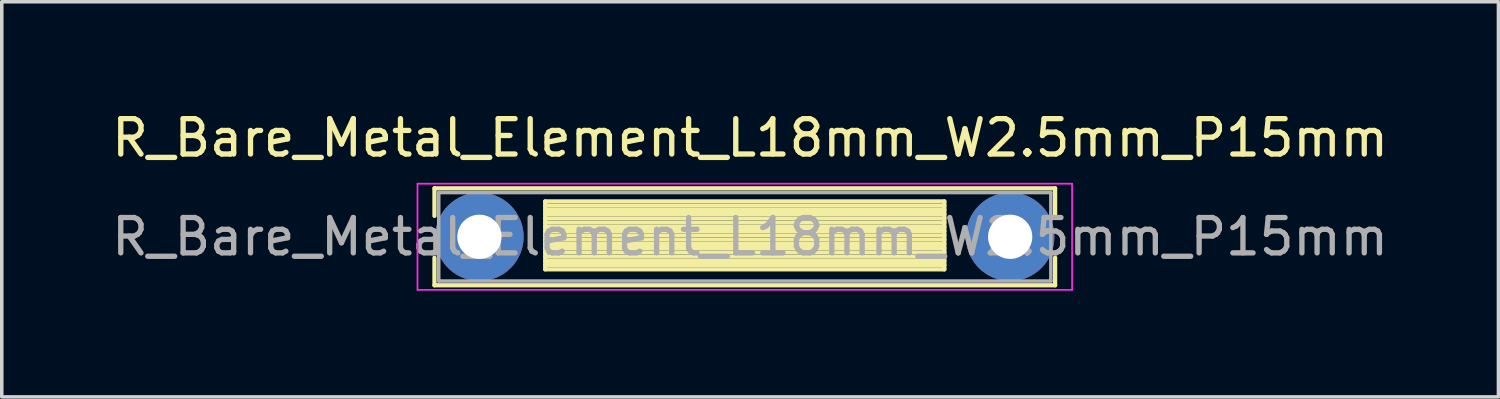
<source format=kicad_pcb>
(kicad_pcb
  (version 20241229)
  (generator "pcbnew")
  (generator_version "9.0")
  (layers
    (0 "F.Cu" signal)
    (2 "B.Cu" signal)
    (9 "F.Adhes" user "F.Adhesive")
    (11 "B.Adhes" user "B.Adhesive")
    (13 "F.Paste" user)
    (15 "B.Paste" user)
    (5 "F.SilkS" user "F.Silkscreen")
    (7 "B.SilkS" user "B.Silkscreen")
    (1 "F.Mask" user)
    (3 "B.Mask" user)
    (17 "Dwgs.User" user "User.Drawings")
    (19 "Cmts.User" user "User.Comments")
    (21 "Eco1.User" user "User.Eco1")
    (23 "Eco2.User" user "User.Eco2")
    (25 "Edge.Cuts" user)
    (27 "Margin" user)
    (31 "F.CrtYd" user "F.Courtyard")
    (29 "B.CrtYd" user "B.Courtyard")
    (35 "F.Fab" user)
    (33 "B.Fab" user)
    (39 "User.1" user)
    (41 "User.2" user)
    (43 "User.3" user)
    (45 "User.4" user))
  (footprint "R_Bare_Metal_Element_L18mm_W2.5mm_P15mm"
    (layer "F.Cu")
    (at 10.499 3.642)
    (property "Reference" "R_Bare_Metal_Element_L18mm_W2.5mm_P15mm" (at 7.65 -2.794 0) (layer "F.SilkS") (effects (font (size 1 1) (thickness 0.15))))
    (attr through_hole)
    (fp_line (start -1.27 -1.37) (end 16.27 -1.37) (stroke (width 0.12) (type solid)) (layer "F.SilkS"))
    (fp_line (start -1.27 -0.59) (end -1.27 -1.37) (stroke (width 0.12) (type solid)) (layer "F.SilkS"))
    (fp_line (start -1.27 0.59) (end -1.27 1.37) (stroke (width 0.12) (type solid)) (layer "F.SilkS"))
    (fp_line (start -1.27 1.37) (end 16.27 1.37) (stroke (width 0.12) (type solid)) (layer "F.SilkS"))
    (fp_line (start 1.86 -1) (end 1.86 0.92) (stroke (width 0.12) (type solid)) (layer "F.SilkS"))
    (fp_line (start 1.86 -1) (end 13.14 -1) (stroke (width 0.12) (type solid)) (layer "F.SilkS"))
    (fp_line (start 1.86 -0.88) (end 13.14 -0.88) (stroke (width 0.12) (type solid)) (layer "F.SilkS"))
    (fp_line (start 1.86 -0.76) (end 13.14 -0.76) (stroke (width 0.12) (type solid)) (layer "F.SilkS"))
    (fp_line (start 1.86 -0.64) (end 13.14 -0.64) (stroke (width 0.12) (type solid)) (layer "F.SilkS"))
    (fp_line (start 1.86 -0.52) (end 13.14 -0.52) (stroke (width 0.12) (type solid)) (layer "F.SilkS"))
    (fp_line (start 1.86 -0.4) (end 13.14 -0.4) (stroke (width 0.12) (type solid)) (layer "F.SilkS"))
    (fp_line (start 1.86 -0.28) (end 13.14 -0.28) (stroke (width 0.12) (type solid)) (layer "F.SilkS"))
    (fp_line (start 1.86 -0.16) (end 13.14 -0.16) (stroke (width 0.12) (type solid)) (layer "F.SilkS"))
    (fp_line (start 1.86 -0.04) (end 13.14 -0.04) (stroke (width 0.12) (type solid)) (layer "F.SilkS"))
    (fp_line (start 1.86 0.08) (end 13.14 0.08) (stroke (width 0.12) (type solid)) (layer "F.SilkS"))
    (fp_line (start 1.86 0.2) (end 13.14 0.2) (stroke (width 0.12) (type solid)) (layer "F.SilkS"))
    (fp_line (start 1.86 0.32) (end 13.14 0.32) (stroke (width 0.12) (type solid)) (layer "F.SilkS"))
    (fp_line (start 1.86 0.44) (end 13.14 0.44) (stroke (width 0.12) (type solid)) (layer "F.SilkS"))
    (fp_line (start 1.86 0.56) (end 13.14 0.56) (stroke (width 0.12) (type solid)) (layer "F.SilkS"))
    (fp_line (start 1.86 0.68) (end 13.14 0.68) (stroke (width 0.12) (type solid)) (layer "F.SilkS"))
    (fp_line (start 1.86 0.8) (end 13.14 0.8) (stroke (width 0.12) (type solid)) (layer "F.SilkS"))
    (fp_line (start 1.86 0.92) (end 13.14 0.92) (stroke (width 0.12) (type solid)) (layer "F.SilkS"))
    (fp_line (start 13.14 -1) (end 13.14 0.92) (stroke (width 0.12) (type solid)) (layer "F.SilkS"))
    (fp_line (start 16.27 -1.37) (end 16.27 -0.59) (stroke (width 0.12) (type solid)) (layer "F.SilkS"))
    (fp_line (start 16.27 1.37) (end 16.27 0.59) (stroke (width 0.12) (type solid)) (layer "F.SilkS"))
    (fp_line (start -1.75 -1.5) (end -1.75 1.5) (stroke (width 0.05) (type solid)) (layer "F.CrtYd"))
    (fp_line (start -1.75 1.5) (end 16.75 1.5) (stroke (width 0.05) (type solid)) (layer "F.CrtYd"))
    (fp_line (start 16.75 -1.5) (end -1.75 -1.5) (stroke (width 0.05) (type solid)) (layer "F.CrtYd"))
    (fp_line (start 16.75 1.5) (end 16.75 -1.5) (stroke (width 0.05) (type solid)) (layer "F.CrtYd"))
    (fp_line (start -1.15 -1.25) (end -1.15 1.25) (stroke (width 0.1) (type solid)) (layer "F.Fab"))
    (fp_line (start -1.15 1.25) (end 16.15 1.25) (stroke (width 0.1) (type solid)) (layer "F.Fab"))
    (fp_line (start 16.15 -1.25) (end -1.15 -1.25) (stroke (width 0.1) (type solid)) (layer "F.Fab"))
    (fp_line (start 16.15 1.25) (end 16.15 -1.25) (stroke (width 0.1) (type solid)) (layer "F.Fab"))
    (fp_text user "${REFERENCE}" (at 7.65 0 0) (layer "F.Fab") (effects (font (size 1 1) (thickness 0.15))))
    (pad "1" thru_hole circle (at 0 0) (size 2.5 2.5) (drill 1.25) (layers "*.Cu" "*.Mask"))
    (pad "2" thru_hole circle (at 15 0) (size 2.5 2.5) (drill 1.25) (layers "*.Cu" "*.Mask")))
  (gr_rect
    (start -3 -3)
    (end 39.298 8.167)
    (stroke (width 0.1) (type default))
    (fill no)
    (layer "Edge.Cuts")))
</source>
